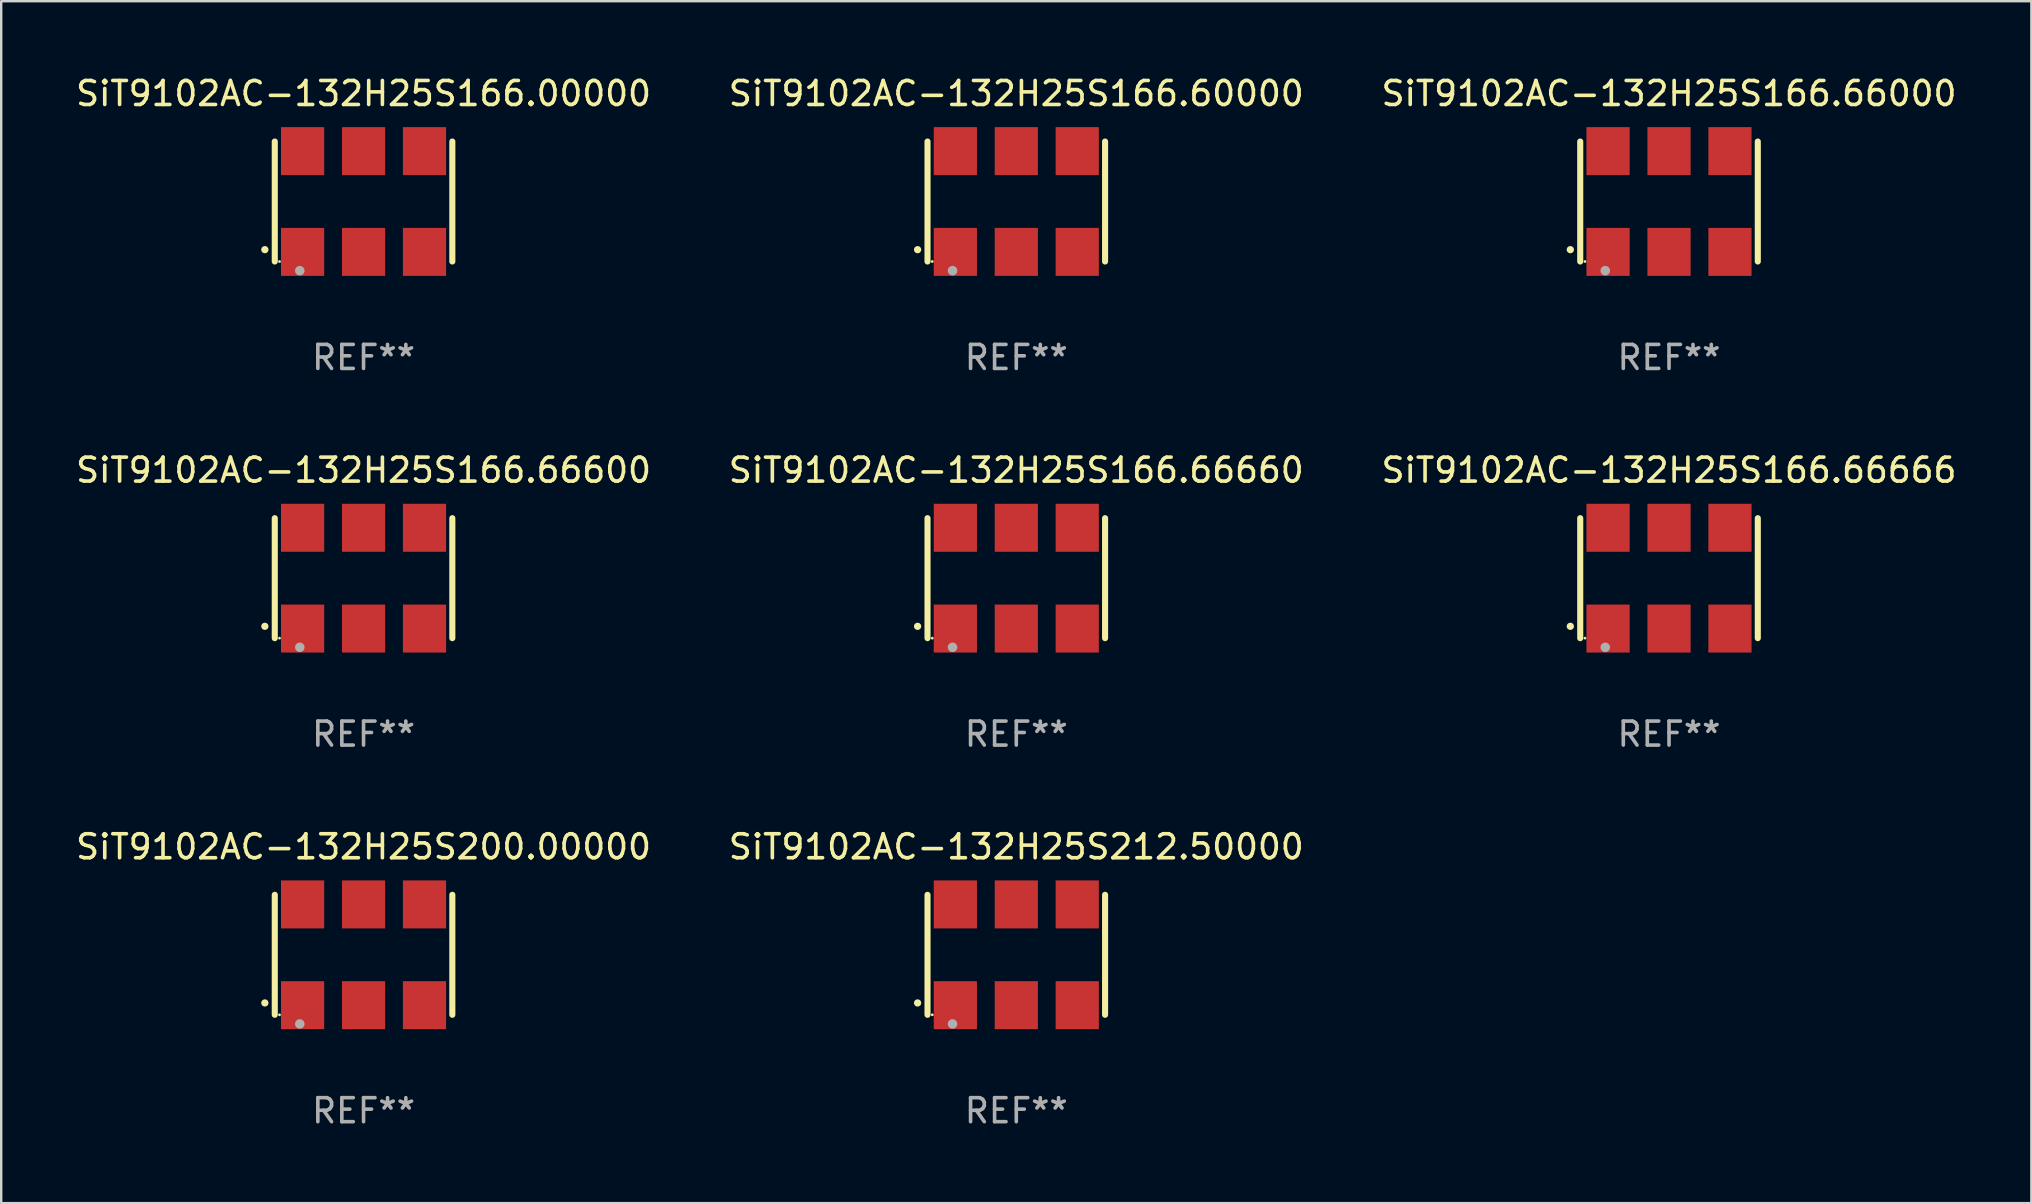
<source format=kicad_pcb>
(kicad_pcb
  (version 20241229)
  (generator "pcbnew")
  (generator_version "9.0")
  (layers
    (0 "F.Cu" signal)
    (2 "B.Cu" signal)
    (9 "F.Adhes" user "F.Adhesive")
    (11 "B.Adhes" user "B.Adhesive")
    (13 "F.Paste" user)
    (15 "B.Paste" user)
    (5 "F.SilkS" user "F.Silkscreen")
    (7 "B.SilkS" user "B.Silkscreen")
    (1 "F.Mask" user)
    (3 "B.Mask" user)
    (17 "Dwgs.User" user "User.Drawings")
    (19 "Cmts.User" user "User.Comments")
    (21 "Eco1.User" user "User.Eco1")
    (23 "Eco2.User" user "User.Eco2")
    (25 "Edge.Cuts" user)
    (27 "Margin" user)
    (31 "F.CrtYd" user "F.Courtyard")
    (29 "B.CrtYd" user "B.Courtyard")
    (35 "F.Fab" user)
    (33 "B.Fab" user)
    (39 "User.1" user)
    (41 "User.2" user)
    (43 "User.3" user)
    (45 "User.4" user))
  (footprint "SiT9102AC-132H25S166.66666"
    (layer "F.Cu")
    (at 66.506 21.045)
    (property "Reference" "SiT9102AC-132H25S166.66666" (at 0 -4.5 0) (layer "F.SilkS") (effects (font (size 1 1) (thickness 0.15))))
    (attr through_hole)
    (fp_line (start -3.7 -2.5) (end -3.7 2.5) (stroke (width 0.254) (type solid)) (layer "F.SilkS"))
    (fp_line (start 3.7 -2.5) (end 3.7 2.5) (stroke (width 0.254) (type solid)) (layer "F.SilkS"))
    (fp_arc (start -4.114415 2.006604) (mid -4.113145 2.006599) (end -4.111875 2.006604) (stroke (width 0.3) (type solid)) (layer "F.SilkS"))
    (fp_circle (center -3.502 2.5) (end -3.472 2.5) (stroke (width 0.06) (type solid)) (fill no) (layer "F.SilkS"))
    (fp_circle (center -2.657 2.882) (end -2.557 2.882) (stroke (width 0.2) (type solid)) (fill no) (layer "F.Fab"))
    (fp_text user "REF**" (at 0 6.5 0) (layer "F.Fab") (effects (font (size 1 1) (thickness 0.15))))
    (pad "1" smd rect (at -2.54 2.1) (size 1.8 2) (layers "F.Cu" "F.Mask" "F.Paste"))
    (pad "2" smd rect (at 0.000394 2.1) (size 1.8 2) (layers "F.Cu" "F.Mask" "F.Paste"))
    (pad "3" smd rect (at 2.54 2.1) (size 1.8 2) (layers "F.Cu" "F.Mask" "F.Paste"))
    (pad "4" smd rect (at 2.54 -2.1) (size 1.8 2) (layers "F.Cu" "F.Mask" "F.Paste"))
    (pad "5" smd rect (at 0.000394 -2.1) (size 1.8 2) (layers "F.Cu" "F.Mask" "F.Paste"))
    (pad "6" smd rect (at -2.54 -2.1) (size 1.8 2) (layers "F.Cu" "F.Mask" "F.Paste")))
  (footprint "SiT9102AC-132H25S212.50000"
    (layer "F.Cu")
    (at 39.304 36.741)
    (property "Reference" "SiT9102AC-132H25S212.50000" (at 0 -4.5 0) (layer "F.SilkS") (effects (font (size 1 1) (thickness 0.15))))
    (attr through_hole)
    (fp_line (start -3.7 -2.5) (end -3.7 2.5) (stroke (width 0.254) (type solid)) (layer "F.SilkS"))
    (fp_line (start 3.7 -2.5) (end 3.7 2.5) (stroke (width 0.254) (type solid)) (layer "F.SilkS"))
    (fp_arc (start -4.114415 2.006604) (mid -4.113145 2.006599) (end -4.111875 2.006604) (stroke (width 0.3) (type solid)) (layer "F.SilkS"))
    (fp_circle (center -3.502 2.5) (end -3.472 2.5) (stroke (width 0.06) (type solid)) (fill no) (layer "F.SilkS"))
    (fp_circle (center -2.657 2.882) (end -2.557 2.882) (stroke (width 0.2) (type solid)) (fill no) (layer "F.Fab"))
    (fp_text user "REF**" (at 0 6.5 0) (layer "F.Fab") (effects (font (size 1 1) (thickness 0.15))))
    (pad "1" smd rect (at -2.54 2.1) (size 1.8 2) (layers "F.Cu" "F.Mask" "F.Paste"))
    (pad "2" smd rect (at 0.000394 2.1) (size 1.8 2) (layers "F.Cu" "F.Mask" "F.Paste"))
    (pad "3" smd rect (at 2.54 2.1) (size 1.8 2) (layers "F.Cu" "F.Mask" "F.Paste"))
    (pad "4" smd rect (at 2.54 -2.1) (size 1.8 2) (layers "F.Cu" "F.Mask" "F.Paste"))
    (pad "5" smd rect (at 0.000394 -2.1) (size 1.8 2) (layers "F.Cu" "F.Mask" "F.Paste"))
    (pad "6" smd rect (at -2.54 -2.1) (size 1.8 2) (layers "F.Cu" "F.Mask" "F.Paste")))
  (footprint "SiT9102AC-132H25S166.60000"
    (layer "F.Cu")
    (at 39.304 5.348)
    (property "Reference" "SiT9102AC-132H25S166.60000" (at 0 -4.5 0) (layer "F.SilkS") (effects (font (size 1 1) (thickness 0.15))))
    (attr through_hole)
    (fp_line (start -3.7 -2.5) (end -3.7 2.5) (stroke (width 0.254) (type solid)) (layer "F.SilkS"))
    (fp_line (start 3.7 -2.5) (end 3.7 2.5) (stroke (width 0.254) (type solid)) (layer "F.SilkS"))
    (fp_arc (start -4.114415 2.006604) (mid -4.113145 2.006599) (end -4.111875 2.006604) (stroke (width 0.3) (type solid)) (layer "F.SilkS"))
    (fp_circle (center -3.502 2.5) (end -3.472 2.5) (stroke (width 0.06) (type solid)) (fill no) (layer "F.SilkS"))
    (fp_circle (center -2.657 2.882) (end -2.557 2.882) (stroke (width 0.2) (type solid)) (fill no) (layer "F.Fab"))
    (fp_text user "REF**" (at 0 6.5 0) (layer "F.Fab") (effects (font (size 1 1) (thickness 0.15))))
    (pad "1" smd rect (at -2.54 2.1) (size 1.8 2) (layers "F.Cu" "F.Mask" "F.Paste"))
    (pad "2" smd rect (at 0.000394 2.1) (size 1.8 2) (layers "F.Cu" "F.Mask" "F.Paste"))
    (pad "3" smd rect (at 2.54 2.1) (size 1.8 2) (layers "F.Cu" "F.Mask" "F.Paste"))
    (pad "4" smd rect (at 2.54 -2.1) (size 1.8 2) (layers "F.Cu" "F.Mask" "F.Paste"))
    (pad "5" smd rect (at 0.000394 -2.1) (size 1.8 2) (layers "F.Cu" "F.Mask" "F.Paste"))
    (pad "6" smd rect (at -2.54 -2.1) (size 1.8 2) (layers "F.Cu" "F.Mask" "F.Paste")))
  (footprint "SiT9102AC-132H25S166.66000"
    (layer "F.Cu")
    (at 66.506 5.348)
    (property "Reference" "SiT9102AC-132H25S166.66000" (at 0 -4.5 0) (layer "F.SilkS") (effects (font (size 1 1) (thickness 0.15))))
    (attr through_hole)
    (fp_line (start -3.7 -2.5) (end -3.7 2.5) (stroke (width 0.254) (type solid)) (layer "F.SilkS"))
    (fp_line (start 3.7 -2.5) (end 3.7 2.5) (stroke (width 0.254) (type solid)) (layer "F.SilkS"))
    (fp_arc (start -4.114415 2.006604) (mid -4.113145 2.006599) (end -4.111875 2.006604) (stroke (width 0.3) (type solid)) (layer "F.SilkS"))
    (fp_circle (center -3.502 2.5) (end -3.472 2.5) (stroke (width 0.06) (type solid)) (fill no) (layer "F.SilkS"))
    (fp_circle (center -2.657 2.882) (end -2.557 2.882) (stroke (width 0.2) (type solid)) (fill no) (layer "F.Fab"))
    (fp_text user "REF**" (at 0 6.5 0) (layer "F.Fab") (effects (font (size 1 1) (thickness 0.15))))
    (pad "1" smd rect (at -2.54 2.1) (size 1.8 2) (layers "F.Cu" "F.Mask" "F.Paste"))
    (pad "2" smd rect (at 0.000394 2.1) (size 1.8 2) (layers "F.Cu" "F.Mask" "F.Paste"))
    (pad "3" smd rect (at 2.54 2.1) (size 1.8 2) (layers "F.Cu" "F.Mask" "F.Paste"))
    (pad "4" smd rect (at 2.54 -2.1) (size 1.8 2) (layers "F.Cu" "F.Mask" "F.Paste"))
    (pad "5" smd rect (at 0.000394 -2.1) (size 1.8 2) (layers "F.Cu" "F.Mask" "F.Paste"))
    (pad "6" smd rect (at -2.54 -2.1) (size 1.8 2) (layers "F.Cu" "F.Mask" "F.Paste")))
  (footprint "SiT9102AC-132H25S166.00000"
    (layer "F.Cu")
    (at 12.101 5.348)
    (property "Reference" "SiT9102AC-132H25S166.00000" (at 0 -4.5 0) (layer "F.SilkS") (effects (font (size 1 1) (thickness 0.15))))
    (attr through_hole)
    (fp_line (start -3.7 -2.5) (end -3.7 2.5) (stroke (width 0.254) (type solid)) (layer "F.SilkS"))
    (fp_line (start 3.7 -2.5) (end 3.7 2.5) (stroke (width 0.254) (type solid)) (layer "F.SilkS"))
    (fp_arc (start -4.114415 2.006604) (mid -4.113145 2.006599) (end -4.111875 2.006604) (stroke (width 0.3) (type solid)) (layer "F.SilkS"))
    (fp_circle (center -3.502 2.5) (end -3.472 2.5) (stroke (width 0.06) (type solid)) (fill no) (layer "F.SilkS"))
    (fp_circle (center -2.657 2.882) (end -2.557 2.882) (stroke (width 0.2) (type solid)) (fill no) (layer "F.Fab"))
    (fp_text user "REF**" (at 0 6.5 0) (layer "F.Fab") (effects (font (size 1 1) (thickness 0.15))))
    (pad "1" smd rect (at -2.54 2.1) (size 1.8 2) (layers "F.Cu" "F.Mask" "F.Paste"))
    (pad "2" smd rect (at 0.000394 2.1) (size 1.8 2) (layers "F.Cu" "F.Mask" "F.Paste"))
    (pad "3" smd rect (at 2.54 2.1) (size 1.8 2) (layers "F.Cu" "F.Mask" "F.Paste"))
    (pad "4" smd rect (at 2.54 -2.1) (size 1.8 2) (layers "F.Cu" "F.Mask" "F.Paste"))
    (pad "5" smd rect (at 0.000394 -2.1) (size 1.8 2) (layers "F.Cu" "F.Mask" "F.Paste"))
    (pad "6" smd rect (at -2.54 -2.1) (size 1.8 2) (layers "F.Cu" "F.Mask" "F.Paste")))
  (footprint "SiT9102AC-132H25S166.66600"
    (layer "F.Cu")
    (at 12.101 21.045)
    (property "Reference" "SiT9102AC-132H25S166.66600" (at 0 -4.5 0) (layer "F.SilkS") (effects (font (size 1 1) (thickness 0.15))))
    (attr through_hole)
    (fp_line (start -3.7 -2.5) (end -3.7 2.5) (stroke (width 0.254) (type solid)) (layer "F.SilkS"))
    (fp_line (start 3.7 -2.5) (end 3.7 2.5) (stroke (width 0.254) (type solid)) (layer "F.SilkS"))
    (fp_arc (start -4.114415 2.006604) (mid -4.113145 2.006599) (end -4.111875 2.006604) (stroke (width 0.3) (type solid)) (layer "F.SilkS"))
    (fp_circle (center -3.502 2.5) (end -3.472 2.5) (stroke (width 0.06) (type solid)) (fill no) (layer "F.SilkS"))
    (fp_circle (center -2.657 2.882) (end -2.557 2.882) (stroke (width 0.2) (type solid)) (fill no) (layer "F.Fab"))
    (fp_text user "REF**" (at 0 6.5 0) (layer "F.Fab") (effects (font (size 1 1) (thickness 0.15))))
    (pad "1" smd rect (at -2.54 2.1) (size 1.8 2) (layers "F.Cu" "F.Mask" "F.Paste"))
    (pad "2" smd rect (at 0.000394 2.1) (size 1.8 2) (layers "F.Cu" "F.Mask" "F.Paste"))
    (pad "3" smd rect (at 2.54 2.1) (size 1.8 2) (layers "F.Cu" "F.Mask" "F.Paste"))
    (pad "4" smd rect (at 2.54 -2.1) (size 1.8 2) (layers "F.Cu" "F.Mask" "F.Paste"))
    (pad "5" smd rect (at 0.000394 -2.1) (size 1.8 2) (layers "F.Cu" "F.Mask" "F.Paste"))
    (pad "6" smd rect (at -2.54 -2.1) (size 1.8 2) (layers "F.Cu" "F.Mask" "F.Paste")))
  (footprint "SiT9102AC-132H25S166.66660"
    (layer "F.Cu")
    (at 39.304 21.045)
    (property "Reference" "SiT9102AC-132H25S166.66660" (at 0 -4.5 0) (layer "F.SilkS") (effects (font (size 1 1) (thickness 0.15))))
    (attr through_hole)
    (fp_line (start -3.7 -2.5) (end -3.7 2.5) (stroke (width 0.254) (type solid)) (layer "F.SilkS"))
    (fp_line (start 3.7 -2.5) (end 3.7 2.5) (stroke (width 0.254) (type solid)) (layer "F.SilkS"))
    (fp_arc (start -4.114415 2.006604) (mid -4.113145 2.006599) (end -4.111875 2.006604) (stroke (width 0.3) (type solid)) (layer "F.SilkS"))
    (fp_circle (center -3.502 2.5) (end -3.472 2.5) (stroke (width 0.06) (type solid)) (fill no) (layer "F.SilkS"))
    (fp_circle (center -2.657 2.882) (end -2.557 2.882) (stroke (width 0.2) (type solid)) (fill no) (layer "F.Fab"))
    (fp_text user "REF**" (at 0 6.5 0) (layer "F.Fab") (effects (font (size 1 1) (thickness 0.15))))
    (pad "1" smd rect (at -2.54 2.1) (size 1.8 2) (layers "F.Cu" "F.Mask" "F.Paste"))
    (pad "2" smd rect (at 0.000394 2.1) (size 1.8 2) (layers "F.Cu" "F.Mask" "F.Paste"))
    (pad "3" smd rect (at 2.54 2.1) (size 1.8 2) (layers "F.Cu" "F.Mask" "F.Paste"))
    (pad "4" smd rect (at 2.54 -2.1) (size 1.8 2) (layers "F.Cu" "F.Mask" "F.Paste"))
    (pad "5" smd rect (at 0.000394 -2.1) (size 1.8 2) (layers "F.Cu" "F.Mask" "F.Paste"))
    (pad "6" smd rect (at -2.54 -2.1) (size 1.8 2) (layers "F.Cu" "F.Mask" "F.Paste")))
  (footprint "SiT9102AC-132H25S200.00000"
    (layer "F.Cu")
    (at 12.101 36.741)
    (property "Reference" "SiT9102AC-132H25S200.00000" (at 0 -4.5 0) (layer "F.SilkS") (effects (font (size 1 1) (thickness 0.15))))
    (attr through_hole)
    (fp_line (start -3.7 -2.5) (end -3.7 2.5) (stroke (width 0.254) (type solid)) (layer "F.SilkS"))
    (fp_line (start 3.7 -2.5) (end 3.7 2.5) (stroke (width 0.254) (type solid)) (layer "F.SilkS"))
    (fp_arc (start -4.114415 2.006604) (mid -4.113145 2.006599) (end -4.111875 2.006604) (stroke (width 0.3) (type solid)) (layer "F.SilkS"))
    (fp_circle (center -3.502 2.5) (end -3.472 2.5) (stroke (width 0.06) (type solid)) (fill no) (layer "F.SilkS"))
    (fp_circle (center -2.657 2.882) (end -2.557 2.882) (stroke (width 0.2) (type solid)) (fill no) (layer "F.Fab"))
    (fp_text user "REF**" (at 0 6.5 0) (layer "F.Fab") (effects (font (size 1 1) (thickness 0.15))))
    (pad "1" smd rect (at -2.54 2.1) (size 1.8 2) (layers "F.Cu" "F.Mask" "F.Paste"))
    (pad "2" smd rect (at 0.000394 2.1) (size 1.8 2) (layers "F.Cu" "F.Mask" "F.Paste"))
    (pad "3" smd rect (at 2.54 2.1) (size 1.8 2) (layers "F.Cu" "F.Mask" "F.Paste"))
    (pad "4" smd rect (at 2.54 -2.1) (size 1.8 2) (layers "F.Cu" "F.Mask" "F.Paste"))
    (pad "5" smd rect (at 0.000394 -2.1) (size 1.8 2) (layers "F.Cu" "F.Mask" "F.Paste"))
    (pad "6" smd rect (at -2.54 -2.1) (size 1.8 2) (layers "F.Cu" "F.Mask" "F.Paste")))
  (gr_rect
    (start -3 -3)
    (end 81.607 47.09)
    (stroke (width 0.1) (type default))
    (fill no)
    (layer "Edge.Cuts")))
</source>
